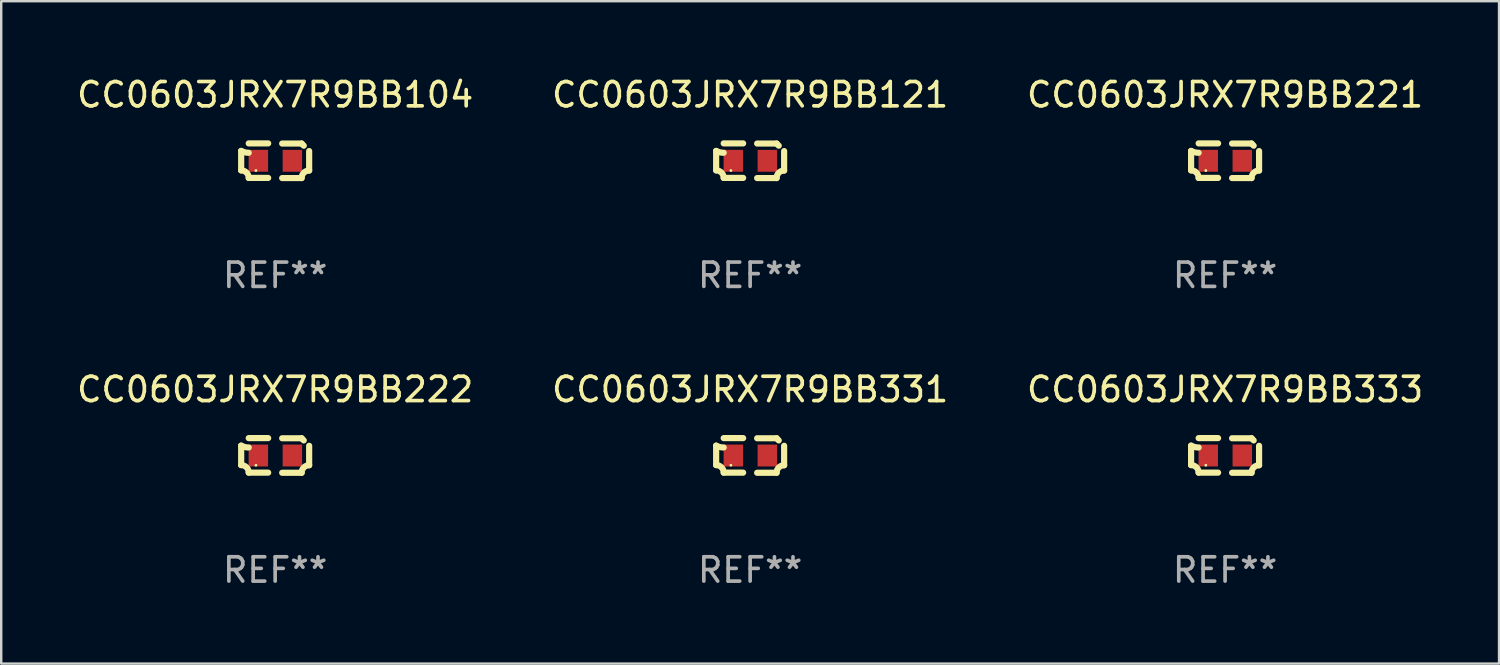
<source format=kicad_pcb>
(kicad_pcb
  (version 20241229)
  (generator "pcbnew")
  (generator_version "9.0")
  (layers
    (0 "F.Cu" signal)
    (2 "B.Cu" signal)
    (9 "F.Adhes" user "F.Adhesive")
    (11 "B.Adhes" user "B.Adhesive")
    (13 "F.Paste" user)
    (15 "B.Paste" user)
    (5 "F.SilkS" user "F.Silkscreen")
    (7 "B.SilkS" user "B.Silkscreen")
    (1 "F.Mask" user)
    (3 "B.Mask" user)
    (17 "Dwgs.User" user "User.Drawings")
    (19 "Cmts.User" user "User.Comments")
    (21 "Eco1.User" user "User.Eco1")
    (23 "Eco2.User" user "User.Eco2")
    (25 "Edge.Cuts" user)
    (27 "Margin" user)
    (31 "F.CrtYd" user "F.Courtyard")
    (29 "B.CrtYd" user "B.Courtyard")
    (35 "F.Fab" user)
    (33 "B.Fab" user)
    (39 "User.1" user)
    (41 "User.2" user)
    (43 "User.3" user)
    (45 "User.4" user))
  (footprint "CC0603JRX7R9BB221"
    (layer "F.Cu")
    (at 47.339 3.561)
    (property "Reference" "CC0603JRX7R9BB221" (at 0 -2.713 0) (layer "F.SilkS") (effects (font (size 1 1) (thickness 0.15))))
    (attr through_hole)
    (fp_line (start -1.398 -0.403) (end -1.398 0.397) (stroke (width 0.254) (type solid)) (layer "F.SilkS"))
    (fp_line (start -0.288 -0.713) (end -1.088 -0.713) (stroke (width 0.254) (type solid)) (layer "F.SilkS"))
    (fp_line (start -0.288 0.707) (end -1.088 0.707) (stroke (width 0.254) (type solid)) (layer "F.SilkS"))
    (fp_line (start 0.288 -0.707) (end 1.088 -0.707) (stroke (width 0.254) (type solid)) (layer "F.SilkS"))
    (fp_line (start 0.288 0.713) (end 1.088 0.713) (stroke (width 0.254) (type solid)) (layer "F.SilkS"))
    (fp_line (start 1.398 -0.397) (end 1.398 0.403) (stroke (width 0.254) (type solid)) (layer "F.SilkS"))
    (fp_arc (start -1.397789 0.397066) (mid -1.178701 0.487826) (end -1.08796 0.706922) (stroke (width 0.254001) (type solid)) (layer "F.SilkS"))
    (fp_arc (start -1.08796 -0.327176) (mid -1.247436 -0.346384) (end -1.39779 -0.402908) (stroke (width 0.254001) (type solid)) (layer "F.SilkS"))
    (fp_arc (start 1.087909 0.712738) (mid 1.178656 0.493655) (end 1.397739 0.402908) (stroke (width 0.254001) (type solid)) (layer "F.SilkS"))
    (fp_arc (start 1.175925 -0.618926) (mid 1.131917 -0.662923) (end 1.08791 -0.706922) (stroke (width 0.254001) (type solid)) (layer "F.SilkS"))
    (fp_circle (center -0.792 0.403) (end -0.762 0.403) (stroke (width 0.06) (type solid)) (fill no) (layer "F.SilkS"))
    (fp_text user "REF**" (at 0 4.713 0) (layer "F.Fab") (effects (font (size 1 1) (thickness 0.15))))
    (pad "1" smd rect (at -0.692 0.003) (size 0.8 0.9) (layers "F.Cu" "F.Mask" "F.Paste"))
    (pad "2" smd rect (at 0.708 0.003) (size 0.8 0.9) (layers "F.Cu" "F.Mask" "F.Paste")))
  (footprint "CC0603JRX7R9BB121"
    (layer "F.Cu")
    (at 27.804 3.561)
    (property "Reference" "CC0603JRX7R9BB121" (at 0 -2.713 0) (layer "F.SilkS") (effects (font (size 1 1) (thickness 0.15))))
    (attr through_hole)
    (fp_line (start -1.398 -0.403) (end -1.398 0.397) (stroke (width 0.254) (type solid)) (layer "F.SilkS"))
    (fp_line (start -0.288 -0.713) (end -1.088 -0.713) (stroke (width 0.254) (type solid)) (layer "F.SilkS"))
    (fp_line (start -0.288 0.707) (end -1.088 0.707) (stroke (width 0.254) (type solid)) (layer "F.SilkS"))
    (fp_line (start 0.288 -0.707) (end 1.088 -0.707) (stroke (width 0.254) (type solid)) (layer "F.SilkS"))
    (fp_line (start 0.288 0.713) (end 1.088 0.713) (stroke (width 0.254) (type solid)) (layer "F.SilkS"))
    (fp_line (start 1.398 -0.397) (end 1.398 0.403) (stroke (width 0.254) (type solid)) (layer "F.SilkS"))
    (fp_arc (start -1.397789 0.397066) (mid -1.178701 0.487826) (end -1.08796 0.706922) (stroke (width 0.254001) (type solid)) (layer "F.SilkS"))
    (fp_arc (start -1.08796 -0.327176) (mid -1.247436 -0.346384) (end -1.39779 -0.402908) (stroke (width 0.254001) (type solid)) (layer "F.SilkS"))
    (fp_arc (start 1.087909 0.712738) (mid 1.178656 0.493655) (end 1.397739 0.402908) (stroke (width 0.254001) (type solid)) (layer "F.SilkS"))
    (fp_arc (start 1.175925 -0.618926) (mid 1.131917 -0.662923) (end 1.08791 -0.706922) (stroke (width 0.254001) (type solid)) (layer "F.SilkS"))
    (fp_circle (center -0.792 0.403) (end -0.762 0.403) (stroke (width 0.06) (type solid)) (fill no) (layer "F.SilkS"))
    (fp_text user "REF**" (at 0 4.713 0) (layer "F.Fab") (effects (font (size 1 1) (thickness 0.15))))
    (pad "1" smd rect (at -0.692 0.003) (size 0.8 0.9) (layers "F.Cu" "F.Mask" "F.Paste"))
    (pad "2" smd rect (at 0.708 0.003) (size 0.8 0.9) (layers "F.Cu" "F.Mask" "F.Paste")))
  (footprint "CC0603JRX7R9BB104"
    (layer "F.Cu")
    (at 8.268 3.561)
    (property "Reference" "CC0603JRX7R9BB104" (at 0 -2.713 0) (layer "F.SilkS") (effects (font (size 1 1) (thickness 0.15))))
    (attr through_hole)
    (fp_line (start -1.398 -0.403) (end -1.398 0.397) (stroke (width 0.254) (type solid)) (layer "F.SilkS"))
    (fp_line (start -0.288 -0.713) (end -1.088 -0.713) (stroke (width 0.254) (type solid)) (layer "F.SilkS"))
    (fp_line (start -0.288 0.707) (end -1.088 0.707) (stroke (width 0.254) (type solid)) (layer "F.SilkS"))
    (fp_line (start 0.288 -0.707) (end 1.088 -0.707) (stroke (width 0.254) (type solid)) (layer "F.SilkS"))
    (fp_line (start 0.288 0.713) (end 1.088 0.713) (stroke (width 0.254) (type solid)) (layer "F.SilkS"))
    (fp_line (start 1.398 -0.397) (end 1.398 0.403) (stroke (width 0.254) (type solid)) (layer "F.SilkS"))
    (fp_arc (start -1.397789 0.397066) (mid -1.178701 0.487826) (end -1.08796 0.706922) (stroke (width 0.254001) (type solid)) (layer "F.SilkS"))
    (fp_arc (start -1.08796 -0.327176) (mid -1.247436 -0.346384) (end -1.39779 -0.402908) (stroke (width 0.254001) (type solid)) (layer "F.SilkS"))
    (fp_arc (start 1.087909 0.712738) (mid 1.178656 0.493655) (end 1.397739 0.402908) (stroke (width 0.254001) (type solid)) (layer "F.SilkS"))
    (fp_arc (start 1.175925 -0.618926) (mid 1.131917 -0.662923) (end 1.08791 -0.706922) (stroke (width 0.254001) (type solid)) (layer "F.SilkS"))
    (fp_circle (center -0.792 0.403) (end -0.762 0.403) (stroke (width 0.06) (type solid)) (fill no) (layer "F.SilkS"))
    (fp_text user "REF**" (at 0 4.713 0) (layer "F.Fab") (effects (font (size 1 1) (thickness 0.15))))
    (pad "1" smd rect (at -0.692 0.003) (size 0.8 0.9) (layers "F.Cu" "F.Mask" "F.Paste"))
    (pad "2" smd rect (at 0.708 0.003) (size 0.8 0.9) (layers "F.Cu" "F.Mask" "F.Paste")))
  (footprint "CC0603JRX7R9BB333"
    (layer "F.Cu")
    (at 47.339 15.683)
    (property "Reference" "CC0603JRX7R9BB333" (at 0 -2.713 0) (layer "F.SilkS") (effects (font (size 1 1) (thickness 0.15))))
    (attr through_hole)
    (fp_line (start -1.398 -0.403) (end -1.398 0.397) (stroke (width 0.254) (type solid)) (layer "F.SilkS"))
    (fp_line (start -0.288 -0.713) (end -1.088 -0.713) (stroke (width 0.254) (type solid)) (layer "F.SilkS"))
    (fp_line (start -0.288 0.707) (end -1.088 0.707) (stroke (width 0.254) (type solid)) (layer "F.SilkS"))
    (fp_line (start 0.288 -0.707) (end 1.088 -0.707) (stroke (width 0.254) (type solid)) (layer "F.SilkS"))
    (fp_line (start 0.288 0.713) (end 1.088 0.713) (stroke (width 0.254) (type solid)) (layer "F.SilkS"))
    (fp_line (start 1.398 -0.397) (end 1.398 0.403) (stroke (width 0.254) (type solid)) (layer "F.SilkS"))
    (fp_arc (start -1.397789 0.397066) (mid -1.178701 0.487826) (end -1.08796 0.706922) (stroke (width 0.254001) (type solid)) (layer "F.SilkS"))
    (fp_arc (start -1.08796 -0.327176) (mid -1.247436 -0.346384) (end -1.39779 -0.402908) (stroke (width 0.254001) (type solid)) (layer "F.SilkS"))
    (fp_arc (start 1.087909 0.712738) (mid 1.178656 0.493655) (end 1.397739 0.402908) (stroke (width 0.254001) (type solid)) (layer "F.SilkS"))
    (fp_arc (start 1.175925 -0.618926) (mid 1.131917 -0.662923) (end 1.08791 -0.706922) (stroke (width 0.254001) (type solid)) (layer "F.SilkS"))
    (fp_circle (center -0.792 0.403) (end -0.762 0.403) (stroke (width 0.06) (type solid)) (fill no) (layer "F.SilkS"))
    (fp_text user "REF**" (at 0 4.713 0) (layer "F.Fab") (effects (font (size 1 1) (thickness 0.15))))
    (pad "1" smd rect (at -0.692 0.003) (size 0.8 0.9) (layers "F.Cu" "F.Mask" "F.Paste"))
    (pad "2" smd rect (at 0.708 0.003) (size 0.8 0.9) (layers "F.Cu" "F.Mask" "F.Paste")))
  (footprint "CC0603JRX7R9BB331"
    (layer "F.Cu")
    (at 27.804 15.683)
    (property "Reference" "CC0603JRX7R9BB331" (at 0 -2.713 0) (layer "F.SilkS") (effects (font (size 1 1) (thickness 0.15))))
    (attr through_hole)
    (fp_line (start -1.398 -0.403) (end -1.398 0.397) (stroke (width 0.254) (type solid)) (layer "F.SilkS"))
    (fp_line (start -0.288 -0.713) (end -1.088 -0.713) (stroke (width 0.254) (type solid)) (layer "F.SilkS"))
    (fp_line (start -0.288 0.707) (end -1.088 0.707) (stroke (width 0.254) (type solid)) (layer "F.SilkS"))
    (fp_line (start 0.288 -0.707) (end 1.088 -0.707) (stroke (width 0.254) (type solid)) (layer "F.SilkS"))
    (fp_line (start 0.288 0.713) (end 1.088 0.713) (stroke (width 0.254) (type solid)) (layer "F.SilkS"))
    (fp_line (start 1.398 -0.397) (end 1.398 0.403) (stroke (width 0.254) (type solid)) (layer "F.SilkS"))
    (fp_arc (start -1.397789 0.397066) (mid -1.178701 0.487826) (end -1.08796 0.706922) (stroke (width 0.254001) (type solid)) (layer "F.SilkS"))
    (fp_arc (start -1.08796 -0.327176) (mid -1.247436 -0.346384) (end -1.39779 -0.402908) (stroke (width 0.254001) (type solid)) (layer "F.SilkS"))
    (fp_arc (start 1.087909 0.712738) (mid 1.178656 0.493655) (end 1.397739 0.402908) (stroke (width 0.254001) (type solid)) (layer "F.SilkS"))
    (fp_arc (start 1.175925 -0.618926) (mid 1.131917 -0.662923) (end 1.08791 -0.706922) (stroke (width 0.254001) (type solid)) (layer "F.SilkS"))
    (fp_circle (center -0.792 0.403) (end -0.762 0.403) (stroke (width 0.06) (type solid)) (fill no) (layer "F.SilkS"))
    (fp_text user "REF**" (at 0 4.713 0) (layer "F.Fab") (effects (font (size 1 1) (thickness 0.15))))
    (pad "1" smd rect (at -0.692 0.003) (size 0.8 0.9) (layers "F.Cu" "F.Mask" "F.Paste"))
    (pad "2" smd rect (at 0.708 0.003) (size 0.8 0.9) (layers "F.Cu" "F.Mask" "F.Paste")))
  (footprint "CC0603JRX7R9BB222"
    (layer "F.Cu")
    (at 8.268 15.683)
    (property "Reference" "CC0603JRX7R9BB222" (at 0 -2.713 0) (layer "F.SilkS") (effects (font (size 1 1) (thickness 0.15))))
    (attr through_hole)
    (fp_line (start -1.398 -0.403) (end -1.398 0.397) (stroke (width 0.254) (type solid)) (layer "F.SilkS"))
    (fp_line (start -0.288 -0.713) (end -1.088 -0.713) (stroke (width 0.254) (type solid)) (layer "F.SilkS"))
    (fp_line (start -0.288 0.707) (end -1.088 0.707) (stroke (width 0.254) (type solid)) (layer "F.SilkS"))
    (fp_line (start 0.288 -0.707) (end 1.088 -0.707) (stroke (width 0.254) (type solid)) (layer "F.SilkS"))
    (fp_line (start 0.288 0.713) (end 1.088 0.713) (stroke (width 0.254) (type solid)) (layer "F.SilkS"))
    (fp_line (start 1.398 -0.397) (end 1.398 0.403) (stroke (width 0.254) (type solid)) (layer "F.SilkS"))
    (fp_arc (start -1.397789 0.397066) (mid -1.178701 0.487826) (end -1.08796 0.706922) (stroke (width 0.254001) (type solid)) (layer "F.SilkS"))
    (fp_arc (start -1.08796 -0.327176) (mid -1.247436 -0.346384) (end -1.39779 -0.402908) (stroke (width 0.254001) (type solid)) (layer "F.SilkS"))
    (fp_arc (start 1.087909 0.712738) (mid 1.178656 0.493655) (end 1.397739 0.402908) (stroke (width 0.254001) (type solid)) (layer "F.SilkS"))
    (fp_arc (start 1.175925 -0.618926) (mid 1.131917 -0.662923) (end 1.08791 -0.706922) (stroke (width 0.254001) (type solid)) (layer "F.SilkS"))
    (fp_circle (center -0.792 0.403) (end -0.762 0.403) (stroke (width 0.06) (type solid)) (fill no) (layer "F.SilkS"))
    (fp_text user "REF**" (at 0 4.713 0) (layer "F.Fab") (effects (font (size 1 1) (thickness 0.15))))
    (pad "1" smd rect (at -0.692 0.003) (size 0.8 0.9) (layers "F.Cu" "F.Mask" "F.Paste"))
    (pad "2" smd rect (at 0.708 0.003) (size 0.8 0.9) (layers "F.Cu" "F.Mask" "F.Paste")))
  (gr_rect
    (start -3 -3)
    (end 58.607 24.244)
    (stroke (width 0.1) (type default))
    (fill no)
    (layer "Edge.Cuts")))
</source>
